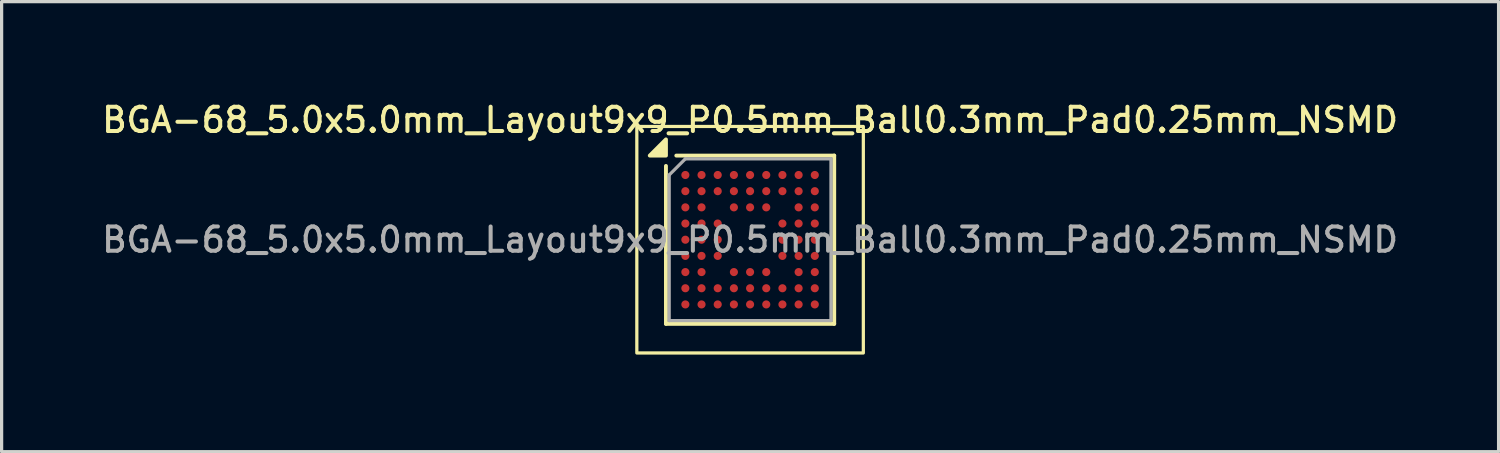
<source format=kicad_pcb>
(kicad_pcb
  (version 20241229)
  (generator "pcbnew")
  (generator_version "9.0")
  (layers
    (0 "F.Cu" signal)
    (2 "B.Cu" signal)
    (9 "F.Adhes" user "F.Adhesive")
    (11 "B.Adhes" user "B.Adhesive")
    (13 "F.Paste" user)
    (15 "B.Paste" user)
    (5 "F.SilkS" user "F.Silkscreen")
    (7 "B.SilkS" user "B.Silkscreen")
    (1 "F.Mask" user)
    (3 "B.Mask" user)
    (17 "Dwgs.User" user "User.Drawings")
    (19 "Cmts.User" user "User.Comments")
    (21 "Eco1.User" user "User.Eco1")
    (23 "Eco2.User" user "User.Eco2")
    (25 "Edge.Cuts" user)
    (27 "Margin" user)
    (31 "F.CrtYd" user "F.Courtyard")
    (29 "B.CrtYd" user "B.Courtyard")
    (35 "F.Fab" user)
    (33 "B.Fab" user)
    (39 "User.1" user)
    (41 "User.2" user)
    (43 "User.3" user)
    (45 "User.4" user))
  (footprint "BGA-68_5.0x5.0mm_Layout9x9_P0.5mm_Ball0.3mm_Pad0.25mm_NSMD"
    (layer "F.Cu")
    (at 20.13 4.358)
    (property "Reference" "BGA-68_5.0x5.0mm_Layout9x9_P0.5mm_Ball0.3mm_Pad0.25mm_NSMD" (at 0 -3.7 0) (layer "F.SilkS") (effects (font (size 0.75 0.75) (thickness 0.125))))
    (attr smd)
    (fp_line (start -2.6 -2.28) (end -2.6 2.6) (stroke (width 0.12) (type solid)) (layer "F.SilkS"))
    (fp_line (start -2.6 2.6) (end 2.6 2.6) (stroke (width 0.12) (type solid)) (layer "F.SilkS"))
    (fp_line (start 2.6 -2.6) (end -2.28 -2.6) (stroke (width 0.12) (type solid)) (layer "F.SilkS"))
    (fp_line (start 2.6 2.6) (end 2.6 -2.6) (stroke (width 0.12) (type solid)) (layer "F.SilkS"))
    (fp_rect (start 3.5 3.5) (end -3.5 -3.5) (stroke (width 0.1) (type solid)) (fill no) (layer "F.SilkS"))
    (fp_poly (pts (xy -2.6 -2.6) (xy -3.1 -2.6) (xy -2.6 -3.1) (xy -2.6 -2.6)) (stroke (width 0.12) (type solid)) (fill yes) (layer "F.SilkS"))
    (fp_line (start -2.5 -2) (end -2.5 2.5) (stroke (width 0.1) (type solid)) (layer "F.Fab"))
    (fp_line (start -2.5 2.5) (end 2.5 2.5) (stroke (width 0.1) (type solid)) (layer "F.Fab"))
    (fp_line (start -2 -2.5) (end -2.5 -2) (stroke (width 0.1) (type solid)) (layer "F.Fab"))
    (fp_line (start 2.5 -2.5) (end -2 -2.5) (stroke (width 0.1) (type solid)) (layer "F.Fab"))
    (fp_line (start 2.5 2.5) (end 2.5 -2.5) (stroke (width 0.1) (type solid)) (layer "F.Fab"))
    (fp_text user "${REFERENCE}" (at 0 0 0) (layer "F.Fab") (effects (font (size 0.75 0.75) (thickness 0.125))))
    (pad "A1" smd circle (at -2 -2) (size 0.25 0.25) (property pad_prop_bga) (layers "F.Cu" "F.Mask" "F.Paste"))
    (pad "A2" smd circle (at -1.5 -2) (size 0.25 0.25) (property pad_prop_bga) (layers "F.Cu" "F.Mask" "F.Paste"))
    (pad "A3" smd circle (at -1 -2) (size 0.25 0.25) (property pad_prop_bga) (layers "F.Cu" "F.Mask" "F.Paste"))
    (pad "A4" smd circle (at -0.5 -2) (size 0.25 0.25) (property pad_prop_bga) (layers "F.Cu" "F.Mask" "F.Paste"))
    (pad "A5" smd circle (at 0 -2) (size 0.25 0.25) (property pad_prop_bga) (layers "F.Cu" "F.Mask" "F.Paste"))
    (pad "A6" smd circle (at 0.5 -2) (size 0.25 0.25) (property pad_prop_bga) (layers "F.Cu" "F.Mask" "F.Paste"))
    (pad "A7" smd circle (at 1 -2) (size 0.25 0.25) (property pad_prop_bga) (layers "F.Cu" "F.Mask" "F.Paste"))
    (pad "A8" smd circle (at 1.5 -2) (size 0.25 0.25) (property pad_prop_bga) (layers "F.Cu" "F.Mask" "F.Paste"))
    (pad "A9" smd circle (at 2 -2) (size 0.25 0.25) (property pad_prop_bga) (layers "F.Cu" "F.Mask" "F.Paste"))
    (pad "B1" smd circle (at -2 -1.5) (size 0.25 0.25) (property pad_prop_bga) (layers "F.Cu" "F.Mask" "F.Paste"))
    (pad "B2" smd circle (at -1.5 -1.5) (size 0.25 0.25) (property pad_prop_bga) (layers "F.Cu" "F.Mask" "F.Paste"))
    (pad "B3" smd circle (at -1 -1.5) (size 0.25 0.25) (property pad_prop_bga) (layers "F.Cu" "F.Mask" "F.Paste"))
    (pad "B4" smd circle (at -0.5 -1.5) (size 0.25 0.25) (property pad_prop_bga) (layers "F.Cu" "F.Mask" "F.Paste"))
    (pad "B5" smd circle (at 0 -1.5) (size 0.25 0.25) (property pad_prop_bga) (layers "F.Cu" "F.Mask" "F.Paste"))
    (pad "B6" smd circle (at 0.5 -1.5) (size 0.25 0.25) (property pad_prop_bga) (layers "F.Cu" "F.Mask" "F.Paste"))
    (pad "B7" smd circle (at 1 -1.5) (size 0.25 0.25) (property pad_prop_bga) (layers "F.Cu" "F.Mask" "F.Paste"))
    (pad "B8" smd circle (at 1.5 -1.5) (size 0.25 0.25) (property pad_prop_bga) (layers "F.Cu" "F.Mask" "F.Paste"))
    (pad "B9" smd circle (at 2 -1.5) (size 0.25 0.25) (property pad_prop_bga) (layers "F.Cu" "F.Mask" "F.Paste"))
    (pad "C1" smd circle (at -2 -1) (size 0.25 0.25) (property pad_prop_bga) (layers "F.Cu" "F.Mask" "F.Paste"))
    (pad "C2" smd circle (at -1.5 -1) (size 0.25 0.25) (property pad_prop_bga) (layers "F.Cu" "F.Mask" "F.Paste"))
    (pad "C4" smd circle (at -0.5 -1) (size 0.25 0.25) (property pad_prop_bga) (layers "F.Cu" "F.Mask" "F.Paste"))
    (pad "C5" smd circle (at 0 -1) (size 0.25 0.25) (property pad_prop_bga) (layers "F.Cu" "F.Mask" "F.Paste"))
    (pad "C6" smd circle (at 0.5 -1) (size 0.25 0.25) (property pad_prop_bga) (layers "F.Cu" "F.Mask" "F.Paste"))
    (pad "C8" smd circle (at 1.5 -1) (size 0.25 0.25) (property pad_prop_bga) (layers "F.Cu" "F.Mask" "F.Paste"))
    (pad "C9" smd circle (at 2 -1) (size 0.25 0.25) (property pad_prop_bga) (layers "F.Cu" "F.Mask" "F.Paste"))
    (pad "D1" smd circle (at -2 -0.5) (size 0.25 0.25) (property pad_prop_bga) (layers "F.Cu" "F.Mask" "F.Paste"))
    (pad "D2" smd circle (at -1.5 -0.5) (size 0.25 0.25) (property pad_prop_bga) (layers "F.Cu" "F.Mask" "F.Paste"))
    (pad "D3" smd circle (at -1 -0.5) (size 0.25 0.25) (property pad_prop_bga) (layers "F.Cu" "F.Mask" "F.Paste"))
    (pad "D7" smd circle (at 1 -0.5) (size 0.25 0.25) (property pad_prop_bga) (layers "F.Cu" "F.Mask" "F.Paste"))
    (pad "D8" smd circle (at 1.5 -0.5) (size 0.25 0.25) (property pad_prop_bga) (layers "F.Cu" "F.Mask" "F.Paste"))
    (pad "D9" smd circle (at 2 -0.5) (size 0.25 0.25) (property pad_prop_bga) (layers "F.Cu" "F.Mask" "F.Paste"))
    (pad "E1" smd circle (at -2 0) (size 0.25 0.25) (property pad_prop_bga) (layers "F.Cu" "F.Mask" "F.Paste"))
    (pad "E2" smd circle (at -1.5 0) (size 0.25 0.25) (property pad_prop_bga) (layers "F.Cu" "F.Mask" "F.Paste"))
    (pad "E3" smd circle (at -1 0) (size 0.25 0.25) (property pad_prop_bga) (layers "F.Cu" "F.Mask" "F.Paste"))
    (pad "E7" smd circle (at 1 0) (size 0.25 0.25) (property pad_prop_bga) (layers "F.Cu" "F.Mask" "F.Paste"))
    (pad "E8" smd circle (at 1.5 0) (size 0.25 0.25) (property pad_prop_bga) (layers "F.Cu" "F.Mask" "F.Paste"))
    (pad "E9" smd circle (at 2 0) (size 0.25 0.25) (property pad_prop_bga) (layers "F.Cu" "F.Mask" "F.Paste"))
    (pad "F1" smd circle (at -2 0.5) (size 0.25 0.25) (property pad_prop_bga) (layers "F.Cu" "F.Mask" "F.Paste"))
    (pad "F2" smd circle (at -1.5 0.5) (size 0.25 0.25) (property pad_prop_bga) (layers "F.Cu" "F.Mask" "F.Paste"))
    (pad "F3" smd circle (at -1 0.5) (size 0.25 0.25) (property pad_prop_bga) (layers "F.Cu" "F.Mask" "F.Paste"))
    (pad "F7" smd circle (at 1 0.5) (size 0.25 0.25) (property pad_prop_bga) (layers "F.Cu" "F.Mask" "F.Paste"))
    (pad "F8" smd circle (at 1.5 0.5) (size 0.25 0.25) (property pad_prop_bga) (layers "F.Cu" "F.Mask" "F.Paste"))
    (pad "F9" smd circle (at 2 0.5) (size 0.25 0.25) (property pad_prop_bga) (layers "F.Cu" "F.Mask" "F.Paste"))
    (pad "G1" smd circle (at -2 1) (size 0.25 0.25) (property pad_prop_bga) (layers "F.Cu" "F.Mask" "F.Paste"))
    (pad "G2" smd circle (at -1.5 1) (size 0.25 0.25) (property pad_prop_bga) (layers "F.Cu" "F.Mask" "F.Paste"))
    (pad "G4" smd circle (at -0.5 1) (size 0.25 0.25) (property pad_prop_bga) (layers "F.Cu" "F.Mask" "F.Paste"))
    (pad "G5" smd circle (at 0 1) (size 0.25 0.25) (property pad_prop_bga) (layers "F.Cu" "F.Mask" "F.Paste"))
    (pad "G6" smd circle (at 0.5 1) (size 0.25 0.25) (property pad_prop_bga) (layers "F.Cu" "F.Mask" "F.Paste"))
    (pad "G8" smd circle (at 1.5 1) (size 0.25 0.25) (property pad_prop_bga) (layers "F.Cu" "F.Mask" "F.Paste"))
    (pad "G9" smd circle (at 2 1) (size 0.25 0.25) (property pad_prop_bga) (layers "F.Cu" "F.Mask" "F.Paste"))
    (pad "H1" smd circle (at -2 1.5) (size 0.25 0.25) (property pad_prop_bga) (layers "F.Cu" "F.Mask" "F.Paste"))
    (pad "H2" smd circle (at -1.5 1.5) (size 0.25 0.25) (property pad_prop_bga) (layers "F.Cu" "F.Mask" "F.Paste"))
    (pad "H3" smd circle (at -1 1.5) (size 0.25 0.25) (property pad_prop_bga) (layers "F.Cu" "F.Mask" "F.Paste"))
    (pad "H4" smd circle (at -0.5 1.5) (size 0.25 0.25) (property pad_prop_bga) (layers "F.Cu" "F.Mask" "F.Paste"))
    (pad "H5" smd circle (at 0 1.5) (size 0.25 0.25) (property pad_prop_bga) (layers "F.Cu" "F.Mask" "F.Paste"))
    (pad "H6" smd circle (at 0.5 1.5) (size 0.25 0.25) (property pad_prop_bga) (layers "F.Cu" "F.Mask" "F.Paste"))
    (pad "H7" smd circle (at 1 1.5) (size 0.25 0.25) (property pad_prop_bga) (layers "F.Cu" "F.Mask" "F.Paste"))
    (pad "H8" smd circle (at 1.5 1.5) (size 0.25 0.25) (property pad_prop_bga) (layers "F.Cu" "F.Mask" "F.Paste"))
    (pad "H9" smd circle (at 2 1.5) (size 0.25 0.25) (property pad_prop_bga) (layers "F.Cu" "F.Mask" "F.Paste"))
    (pad "J1" smd circle (at -2 2) (size 0.25 0.25) (property pad_prop_bga) (layers "F.Cu" "F.Mask" "F.Paste"))
    (pad "J2" smd circle (at -1.5 2) (size 0.25 0.25) (property pad_prop_bga) (layers "F.Cu" "F.Mask" "F.Paste"))
    (pad "J3" smd circle (at -1 2) (size 0.25 0.25) (property pad_prop_bga) (layers "F.Cu" "F.Mask" "F.Paste"))
    (pad "J4" smd circle (at -0.5 2) (size 0.25 0.25) (property pad_prop_bga) (layers "F.Cu" "F.Mask" "F.Paste"))
    (pad "J5" smd circle (at 0 2) (size 0.25 0.25) (property pad_prop_bga) (layers "F.Cu" "F.Mask" "F.Paste"))
    (pad "J6" smd circle (at 0.5 2) (size 0.25 0.25) (property pad_prop_bga) (layers "F.Cu" "F.Mask" "F.Paste"))
    (pad "J7" smd circle (at 1 2) (size 0.25 0.25) (property pad_prop_bga) (layers "F.Cu" "F.Mask" "F.Paste"))
    (pad "J8" smd circle (at 1.5 2) (size 0.25 0.25) (property pad_prop_bga) (layers "F.Cu" "F.Mask" "F.Paste"))
    (pad "J9" smd circle (at 2 2) (size 0.25 0.25) (property pad_prop_bga) (layers "F.Cu" "F.Mask" "F.Paste")))
  (gr_rect
    (start -3 -3)
    (end 43.261 10.908)
    (stroke (width 0.1) (type default))
    (fill no)
    (layer "Edge.Cuts")))
</source>
